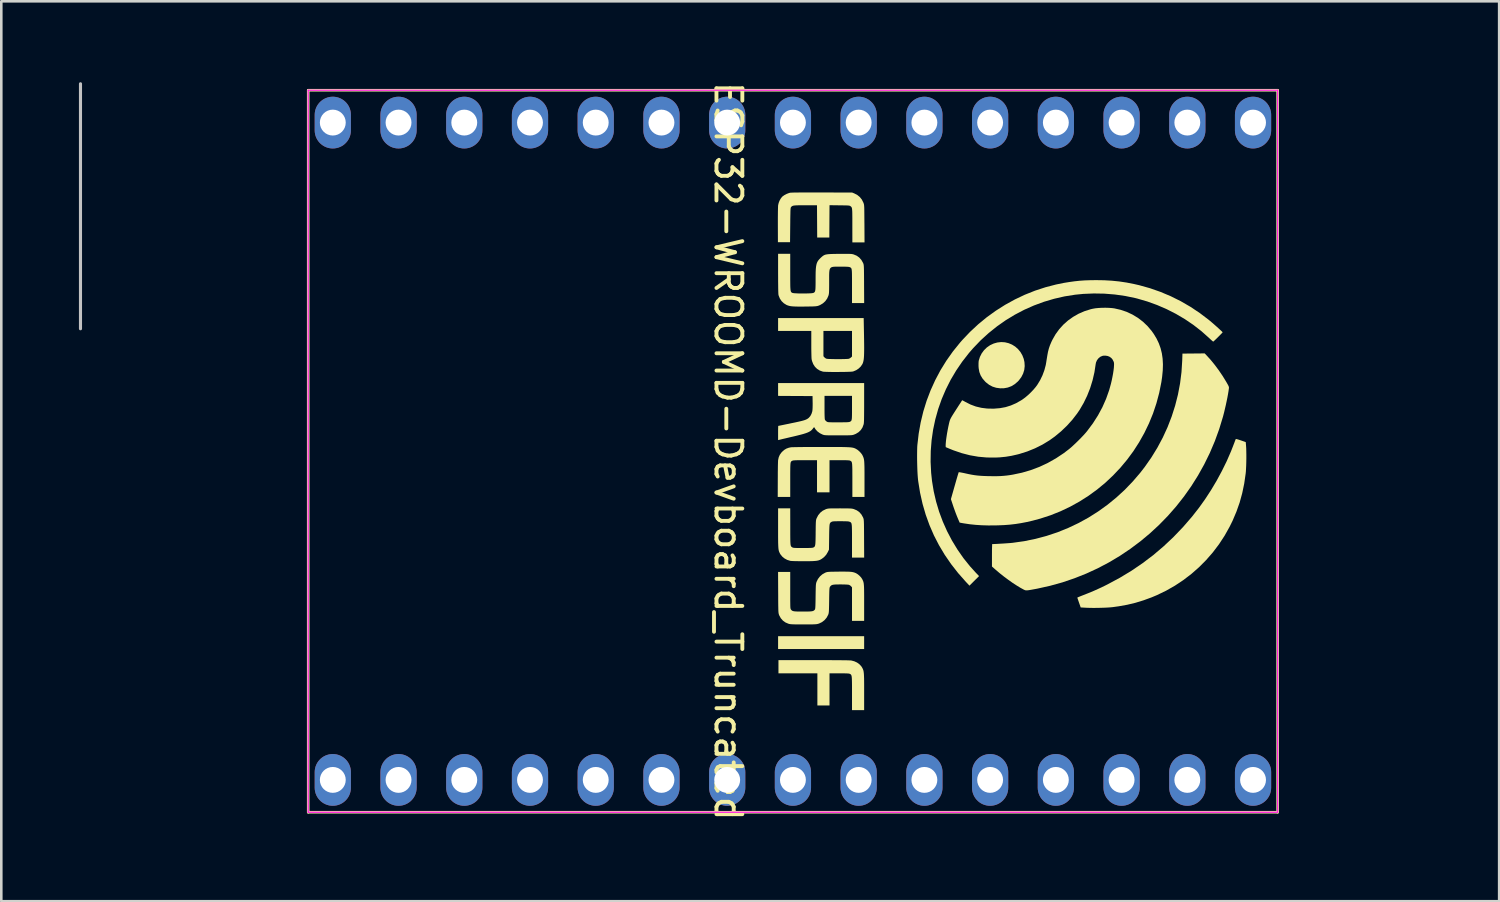
<source format=kicad_pcb>
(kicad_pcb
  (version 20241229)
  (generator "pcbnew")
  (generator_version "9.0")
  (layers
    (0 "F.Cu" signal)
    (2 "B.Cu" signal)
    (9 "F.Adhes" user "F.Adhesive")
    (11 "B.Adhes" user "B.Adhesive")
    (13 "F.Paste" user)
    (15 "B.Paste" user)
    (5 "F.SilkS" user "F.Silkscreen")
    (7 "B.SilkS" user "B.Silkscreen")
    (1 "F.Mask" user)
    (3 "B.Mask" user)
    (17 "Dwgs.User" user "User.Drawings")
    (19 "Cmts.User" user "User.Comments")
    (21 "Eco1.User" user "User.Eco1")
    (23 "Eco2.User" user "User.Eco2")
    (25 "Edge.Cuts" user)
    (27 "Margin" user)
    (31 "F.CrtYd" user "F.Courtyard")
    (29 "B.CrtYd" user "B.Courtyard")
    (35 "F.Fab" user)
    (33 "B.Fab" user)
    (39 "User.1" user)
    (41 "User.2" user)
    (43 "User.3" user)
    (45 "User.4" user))
  (footprint "ESP32-WROOMD-Devboard_Truncated"
    (layer "F.Cu")
    (at 27.59 14.387)
    (property "Reference" "ESP32-WROOMD-Devboard_Truncated" (at -2.5 0 270) (unlocked yes) (layer "F.SilkS") (effects (font (size 1 1) (thickness 0.15))))
    (attr through_hole)
    (fp_line (start -18.73 -13.95) (end 18.73 -13.95) (stroke (width 0.1) (type default)) (layer "F.SilkS"))
    (fp_line (start -18.73 13.95) (end -18.73 -13.95) (stroke (width 0.1) (type default)) (layer "F.SilkS"))
    (fp_line (start 18.73 -13.95) (end 18.73 13.95) (stroke (width 0.1) (type default)) (layer "F.SilkS"))
    (fp_line (start 18.73 13.95) (end -18.73 13.95) (stroke (width 0.1) (type default)) (layer "F.SilkS"))
    (fp_poly (pts (xy 1.089 7.643) (xy -0.573 7.643) (xy -0.573 7.395) (xy -0.573 7.147) (xy 1.089 7.147) (xy 2.752 7.147) (xy 2.752 7.395) (xy 2.752 7.643)) (stroke (width 0) (type solid)) (fill yes) (layer "F.SilkS"))
    (fp_poly (pts (xy 8.939 -3.142) (xy 8.895 -3) (xy 8.826 -2.865) (xy 8.731 -2.738) (xy 8.692 -2.696) (xy 8.571 -2.592) (xy 8.441 -2.513) (xy 8.301 -2.461) (xy 8.152 -2.434) (xy 8.01 -2.432) (xy 7.854 -2.453) (xy 7.711 -2.498) (xy 7.58 -2.568) (xy 7.459 -2.663) (xy 7.43 -2.691) (xy 7.329 -2.807) (xy 7.254 -2.93) (xy 7.204 -3.062) (xy 7.178 -3.207) (xy 7.172 -3.291) (xy 7.172 -3.359) (xy 7.173 -3.423) (xy 7.177 -3.474) (xy 7.18 -3.498) (xy 7.226 -3.646) (xy 7.295 -3.783) (xy 7.385 -3.905) (xy 7.494 -4.011) (xy 7.619 -4.098) (xy 7.759 -4.163) (xy 7.897 -4.202) (xy 8.047 -4.219) (xy 8.193 -4.21) (xy 8.334 -4.176) (xy 8.466 -4.121) (xy 8.588 -4.045) (xy 8.696 -3.95) (xy 8.789 -3.838) (xy 8.864 -3.711) (xy 8.919 -3.57) (xy 8.947 -3.443) (xy 8.956 -3.291)) (stroke (width 0) (type solid)) (fill yes) (layer "F.SilkS"))
    (fp_poly (pts (xy 2.517 10.003) (xy 2.283 10.003) (xy 2.283 9.354) (xy 2.283 9.196) (xy 2.283 9.063) (xy 2.282 8.954) (xy 2.28 8.864) (xy 2.278 8.793) (xy 2.274 8.738) (xy 2.269 8.696) (xy 2.261 8.666) (xy 2.252 8.644) (xy 2.241 8.629) (xy 2.227 8.617) (xy 2.21 8.607) (xy 2.201 8.603) (xy 2.184 8.596) (xy 2.159 8.591) (xy 2.122 8.587) (xy 2.072 8.585) (xy 2.004 8.583) (xy 1.915 8.582) (xy 1.802 8.582) (xy 1.787 8.582) (xy 1.414 8.582) (xy 1.414 9.202) (xy 1.414 9.823) (xy 1.179 9.823) (xy 0.945 9.823) (xy 0.945 9.202) (xy 0.945 8.582) (xy 0.193 8.582) (xy -0.559 8.582) (xy -0.559 8.326) (xy -0.559 8.071) (xy 0.803 8.071) (xy 1.053 8.071) (xy 1.282 8.072) (xy 1.488 8.073) (xy 1.672 8.074) (xy 1.832 8.075) (xy 1.967 8.077) (xy 2.078 8.078) (xy 2.163 8.081) (xy 2.222 8.083) (xy 2.254 8.086) (xy 2.255 8.086) (xy 2.371 8.116) (xy 2.478 8.165) (xy 2.57 8.232) (xy 2.644 8.312) (xy 2.673 8.358) (xy 2.69 8.389) (xy 2.704 8.419) (xy 2.716 8.45) (xy 2.726 8.484) (xy 2.733 8.523) (xy 2.739 8.571) (xy 2.744 8.63) (xy 2.747 8.702) (xy 2.75 8.79) (xy 2.751 8.896) (xy 2.752 9.023) (xy 2.752 9.174) (xy 2.752 9.295) (xy 2.752 10.003)) (stroke (width 0) (type solid)) (fill yes) (layer "F.SilkS"))
    (fp_poly (pts (xy 2.752 -3.873) (xy 2.75 -3.771) (xy 2.747 -3.685) (xy 2.742 -3.612) (xy 2.736 -3.551) (xy 2.727 -3.5) (xy 2.717 -3.456) (xy 2.706 -3.418) (xy 2.692 -3.384) (xy 2.682 -3.364) (xy 2.622 -3.275) (xy 2.54 -3.196) (xy 2.444 -3.132) (xy 2.337 -3.087) (xy 2.319 -3.082) (xy 2.288 -3.077) (xy 2.232 -3.073) (xy 2.157 -3.07) (xy 2.066 -3.067) (xy 1.963 -3.065) (xy 1.852 -3.064) (xy 1.737 -3.063) (xy 1.622 -3.063) (xy 1.511 -3.063) (xy 1.408 -3.065) (xy 1.317 -3.067) (xy 1.241 -3.07) (xy 1.185 -3.073) (xy 1.153 -3.078) (xy 1.038 -3.118) (xy 0.937 -3.18) (xy 0.852 -3.263) (xy 0.786 -3.365) (xy 0.739 -3.484) (xy 0.723 -3.551) (xy 0.72 -3.58) (xy 0.717 -3.633) (xy 0.715 -3.707) (xy 0.713 -3.797) (xy 0.711 -3.901) (xy 0.71 -4.015) (xy 0.71 -4.134) (xy 0.71 -4.65) (xy 0.068 -4.65) (xy -0.573 -4.65) (xy -0.573 -4.898) (xy -0.573 -5.146) (xy 1.08 -5.146) (xy 1.731 -5.146) (xy 1.731 -4.65) (xy 1.179 -4.65) (xy 1.179 -4.161) (xy 1.179 -3.672) (xy 1.215 -3.63) (xy 1.252 -3.598) (xy 1.296 -3.575) (xy 1.301 -3.574) (xy 1.33 -3.57) (xy 1.382 -3.566) (xy 1.453 -3.564) (xy 1.537 -3.562) (xy 1.63 -3.56) (xy 1.728 -3.56) (xy 1.826 -3.56) (xy 1.92 -3.561) (xy 2.004 -3.563) (xy 2.075 -3.566) (xy 2.128 -3.569) (xy 2.157 -3.573) (xy 2.158 -3.573) (xy 2.2 -3.592) (xy 2.241 -3.621) (xy 2.244 -3.624) (xy 2.283 -3.661) (xy 2.283 -4.155) (xy 2.283 -4.65) (xy 1.731 -4.65) (xy 1.731 -5.146) (xy 2.734 -5.146) (xy 2.743 -4.689) (xy 2.747 -4.478) (xy 2.75 -4.294) (xy 2.752 -4.132) (xy 2.753 -3.993)) (stroke (width 0) (type solid)) (fill yes) (layer "F.SilkS"))
    (fp_poly (pts (xy 17.521 0.273) (xy 17.519 0.413) (xy 17.515 0.549) (xy 17.509 0.675) (xy 17.503 0.784) (xy 17.495 0.862) (xy 17.439 1.249) (xy 17.362 1.62) (xy 17.263 1.98) (xy 17.139 2.332) (xy 16.992 2.679) (xy 16.874 2.919) (xy 16.681 3.263) (xy 16.465 3.593) (xy 16.228 3.906) (xy 15.97 4.202) (xy 15.694 4.48) (xy 15.399 4.739) (xy 15.087 4.978) (xy 14.76 5.195) (xy 14.418 5.39) (xy 14.063 5.561) (xy 13.858 5.647) (xy 13.546 5.761) (xy 13.235 5.856) (xy 12.919 5.932) (xy 12.59 5.991) (xy 12.361 6.023) (xy 12.269 6.032) (xy 12.156 6.04) (xy 12.026 6.046) (xy 11.888 6.05) (xy 11.745 6.053) (xy 11.605 6.054) (xy 11.474 6.052) (xy 11.357 6.049) (xy 11.327 6.047) (xy 11.12 6.036) (xy 11.055 5.85) (xy 11.032 5.783) (xy 11.012 5.725) (xy 10.998 5.682) (xy 10.99 5.659) (xy 10.99 5.656) (xy 11.002 5.649) (xy 11.035 5.634) (xy 11.086 5.613) (xy 11.15 5.587) (xy 11.199 5.568) (xy 11.422 5.48) (xy 11.631 5.393) (xy 11.837 5.3) (xy 12.049 5.199) (xy 12.168 5.139) (xy 12.633 4.889) (xy 13.082 4.618) (xy 13.514 4.324) (xy 13.93 4.008) (xy 14.328 3.67) (xy 14.709 3.311) (xy 15.073 2.931) (xy 15.42 2.53) (xy 15.689 2.187) (xy 15.927 1.854) (xy 16.157 1.501) (xy 16.375 1.135) (xy 16.578 0.759) (xy 16.764 0.38) (xy 16.929 0.001) (xy 17.053 -0.317) (xy 17.075 -0.377) (xy 17.094 -0.426) (xy 17.108 -0.46) (xy 17.114 -0.473) (xy 17.13 -0.472) (xy 17.167 -0.464) (xy 17.219 -0.449) (xy 17.284 -0.428) (xy 17.311 -0.419) (xy 17.498 -0.354) (xy 17.51 -0.208) (xy 17.516 -0.112) (xy 17.519 0.005) (xy 17.521 0.135)) (stroke (width 0) (type solid)) (fill yes) (layer "F.SilkS"))
    (fp_poly (pts (xy 2.532 -8.071) (xy 2.297 -8.071) (xy 2.296 -8.723) (xy 2.296 -8.879) (xy 2.296 -9.01) (xy 2.295 -9.118) (xy 2.294 -9.205) (xy 2.292 -9.275) (xy 2.288 -9.329) (xy 2.284 -9.37) (xy 2.277 -9.401) (xy 2.269 -9.423) (xy 2.258 -9.44) (xy 2.246 -9.453) (xy 2.23 -9.465) (xy 2.223 -9.47) (xy 2.211 -9.479) (xy 2.196 -9.485) (xy 2.176 -9.491) (xy 2.147 -9.495) (xy 2.106 -9.497) (xy 2.049 -9.5) (xy 1.974 -9.501) (xy 1.877 -9.502) (xy 1.799 -9.503) (xy 1.414 -9.508) (xy 1.41 -8.883) (xy 1.407 -8.257) (xy 1.172 -8.257) (xy 0.938 -8.257) (xy 0.934 -8.882) (xy 0.93 -9.506) (xy 0.489 -9.506) (xy 0.358 -9.506) (xy 0.251 -9.505) (xy 0.167 -9.503) (xy 0.101 -9.5) (xy 0.05 -9.495) (xy 0.012 -9.489) (xy -0.016 -9.479) (xy -0.038 -9.467) (xy -0.056 -9.452) (xy -0.069 -9.438) (xy -0.076 -9.429) (xy -0.081 -9.419) (xy -0.086 -9.404) (xy -0.089 -9.382) (xy -0.092 -9.351) (xy -0.095 -9.308) (xy -0.097 -9.25) (xy -0.098 -9.176) (xy -0.1 -9.083) (xy -0.102 -8.968) (xy -0.103 -8.83) (xy -0.104 -8.742) (xy -0.111 -8.078) (xy -0.345 -8.078) (xy -0.58 -8.078) (xy -0.582 -8.747) (xy -0.582 -8.884) (xy -0.582 -9.015) (xy -0.581 -9.137) (xy -0.58 -9.248) (xy -0.578 -9.343) (xy -0.576 -9.42) (xy -0.574 -9.475) (xy -0.572 -9.506) (xy -0.552 -9.592) (xy -0.518 -9.68) (xy -0.473 -9.761) (xy -0.422 -9.827) (xy -0.404 -9.845) (xy -0.331 -9.897) (xy -0.242 -9.944) (xy -0.152 -9.978) (xy -0.111 -9.989) (xy -0.082 -9.992) (xy -0.027 -9.994) (xy 0.055 -9.997) (xy 0.164 -9.998) (xy 0.3 -9.999) (xy 0.463 -10) (xy 0.653 -10) (xy 0.87 -10) (xy 1.115 -10) (xy 1.125 -10) (xy 2.29 -9.996) (xy 2.369 -9.964) (xy 2.487 -9.903) (xy 2.585 -9.823) (xy 2.664 -9.724) (xy 2.724 -9.604) (xy 2.728 -9.595) (xy 2.734 -9.576) (xy 2.74 -9.557) (xy 2.745 -9.536) (xy 2.749 -9.511) (xy 2.752 -9.478) (xy 2.755 -9.435) (xy 2.757 -9.381) (xy 2.758 -9.311) (xy 2.759 -9.225) (xy 2.76 -9.119) (xy 2.761 -8.991) (xy 2.762 -8.839) (xy 2.763 -8.792) (xy 2.767 -8.071)) (stroke (width 0) (type solid)) (fill yes) (layer "F.SilkS"))
    (fp_poly (pts (xy 16.847 -2.43) (xy 16.845 -2.414) (xy 16.832 -2.322) (xy 16.813 -2.207) (xy 16.789 -2.077) (xy 16.76 -1.936) (xy 16.729 -1.79) (xy 16.695 -1.644) (xy 16.662 -1.503) (xy 16.628 -1.373) (xy 16.618 -1.334) (xy 16.472 -0.855) (xy 16.302 -0.387) (xy 16.109 0.067) (xy 15.892 0.509) (xy 15.653 0.937) (xy 15.393 1.35) (xy 15.112 1.748) (xy 14.811 2.13) (xy 14.491 2.495) (xy 14.153 2.842) (xy 13.797 3.172) (xy 13.425 3.482) (xy 13.036 3.773) (xy 12.633 4.044) (xy 12.215 4.293) (xy 11.783 4.521) (xy 11.338 4.726) (xy 10.881 4.908) (xy 10.413 5.067) (xy 9.934 5.2) (xy 9.445 5.309) (xy 9.397 5.318) (xy 9.283 5.339) (xy 9.194 5.355) (xy 9.124 5.367) (xy 9.07 5.374) (xy 9.03 5.376) (xy 8.998 5.375) (xy 8.972 5.369) (xy 8.948 5.36) (xy 8.923 5.348) (xy 8.922 5.348) (xy 8.787 5.274) (xy 8.638 5.183) (xy 8.479 5.079) (xy 8.316 4.963) (xy 8.152 4.841) (xy 7.992 4.714) (xy 7.842 4.587) (xy 7.833 4.579) (xy 7.691 4.454) (xy 7.691 4.021) (xy 7.692 3.914) (xy 7.692 3.818) (xy 7.694 3.734) (xy 7.696 3.666) (xy 7.698 3.617) (xy 7.7 3.591) (xy 7.702 3.587) (xy 7.755 3.586) (xy 7.83 3.583) (xy 7.921 3.578) (xy 8.022 3.572) (xy 8.127 3.566) (xy 8.231 3.559) (xy 8.327 3.552) (xy 8.411 3.546) (xy 8.475 3.54) (xy 8.491 3.538) (xy 8.938 3.475) (xy 9.376 3.385) (xy 9.806 3.27) (xy 10.227 3.13) (xy 10.637 2.964) (xy 11.036 2.775) (xy 11.422 2.563) (xy 11.795 2.327) (xy 12.154 2.069) (xy 12.497 1.789) (xy 12.825 1.488) (xy 13.135 1.165) (xy 13.428 0.823) (xy 13.595 0.607) (xy 13.851 0.241) (xy 14.084 -0.139) (xy 14.293 -0.53) (xy 14.477 -0.932) (xy 14.636 -1.343) (xy 14.77 -1.763) (xy 14.878 -2.189) (xy 14.96 -2.622) (xy 15.015 -3.059) (xy 15.043 -3.498) (xy 15.052 -3.773) (xy 15.481 -3.777) (xy 15.911 -3.781) (xy 15.994 -3.694) (xy 16.149 -3.523) (xy 16.306 -3.33) (xy 16.459 -3.124) (xy 16.605 -2.909) (xy 16.738 -2.692) (xy 16.755 -2.663) (xy 16.794 -2.595) (xy 16.821 -2.546) (xy 16.837 -2.51) (xy 16.846 -2.483) (xy 16.849 -2.458)) (stroke (width 0) (type solid)) (fill yes) (layer "F.SilkS"))
    (fp_poly (pts (xy 2.531 1.766) (xy 2.297 1.766) (xy 2.297 1.117) (xy 2.297 0.959) (xy 2.296 0.826) (xy 2.296 0.717) (xy 2.294 0.628) (xy 2.291 0.557) (xy 2.288 0.501) (xy 2.282 0.46) (xy 2.275 0.429) (xy 2.266 0.407) (xy 2.254 0.392) (xy 2.24 0.38) (xy 2.223 0.371) (xy 2.214 0.366) (xy 2.198 0.359) (xy 2.173 0.354) (xy 2.137 0.351) (xy 2.087 0.348) (xy 2.019 0.346) (xy 1.931 0.345) (xy 1.819 0.345) (xy 1.794 0.345) (xy 1.414 0.345) (xy 1.414 0.966) (xy 1.414 1.587) (xy 1.172 1.587) (xy 0.931 1.587) (xy 0.931 0.966) (xy 0.931 0.345) (xy 0.475 0.345) (xy 0.346 0.345) (xy 0.242 0.346) (xy 0.16 0.347) (xy 0.097 0.349) (xy 0.05 0.352) (xy 0.017 0.355) (xy -0.006 0.36) (xy -0.021 0.366) (xy -0.04 0.375) (xy -0.055 0.384) (xy -0.068 0.396) (xy -0.078 0.412) (xy -0.087 0.435) (xy -0.093 0.467) (xy -0.097 0.51) (xy -0.1 0.568) (xy -0.102 0.642) (xy -0.103 0.735) (xy -0.104 0.849) (xy -0.104 0.986) (xy -0.104 1.107) (xy -0.104 1.766) (xy -0.345 1.766) (xy -0.587 1.766) (xy -0.585 1.093) (xy -0.584 0.957) (xy -0.584 0.827) (xy -0.582 0.705) (xy -0.581 0.597) (xy -0.579 0.503) (xy -0.577 0.428) (xy -0.575 0.374) (xy -0.573 0.345) (xy -0.573 0.345) (xy -0.549 0.234) (xy -0.508 0.139) (xy -0.446 0.052) (xy -0.409 0.013) (xy -0.331 -0.055) (xy -0.25 -0.103) (xy -0.158 -0.136) (xy -0.076 -0.153) (xy -0.051 -0.155) (xy 0.000201 -0.157) (xy 0.074 -0.158) (xy 0.169 -0.16) (xy 0.282 -0.162) (xy 0.412 -0.163) (xy 0.555 -0.164) (xy 0.71 -0.165) (xy 0.875 -0.165) (xy 1.046 -0.165) (xy 1.089 -0.165) (xy 1.299 -0.165) (xy 1.483 -0.165) (xy 1.643 -0.165) (xy 1.781 -0.164) (xy 1.9 -0.163) (xy 2 -0.161) (xy 2.084 -0.158) (xy 2.155 -0.155) (xy 2.213 -0.151) (xy 2.26 -0.146) (xy 2.3 -0.14) (xy 2.333 -0.133) (xy 2.361 -0.125) (xy 2.387 -0.115) (xy 2.412 -0.104) (xy 2.431 -0.095) (xy 2.496 -0.055) (xy 2.563 0.001) (xy 2.625 0.066) (xy 2.673 0.13) (xy 2.686 0.154) (xy 2.703 0.19) (xy 2.718 0.224) (xy 2.73 0.257) (xy 2.74 0.293) (xy 2.748 0.335) (xy 2.754 0.384) (xy 2.758 0.444) (xy 2.761 0.518) (xy 2.764 0.607) (xy 2.765 0.714) (xy 2.766 0.842) (xy 2.766 0.995) (xy 2.766 1.082) (xy 2.766 1.766)) (stroke (width 0) (type solid)) (fill yes) (layer "F.SilkS"))
    (fp_poly (pts (xy 16.595 -4.583) (xy 16.569 -4.555) (xy 16.531 -4.516) (xy 16.485 -4.469) (xy 16.434 -4.418) (xy 16.382 -4.366) (xy 16.333 -4.319) (xy 16.291 -4.279) (xy 16.259 -4.25) (xy 16.242 -4.236) (xy 16.24 -4.236) (xy 16.227 -4.245) (xy 16.197 -4.27) (xy 16.155 -4.307) (xy 16.105 -4.354) (xy 16.075 -4.382) (xy 15.784 -4.641) (xy 15.473 -4.883) (xy 15.144 -5.106) (xy 14.799 -5.309) (xy 14.441 -5.491) (xy 14.071 -5.651) (xy 13.692 -5.788) (xy 13.307 -5.9) (xy 13.231 -5.919) (xy 12.84 -6) (xy 12.44 -6.057) (xy 12.034 -6.09) (xy 11.627 -6.097) (xy 11.221 -6.08) (xy 10.906 -6.049) (xy 10.496 -5.984) (xy 10.094 -5.892) (xy 9.699 -5.775) (xy 9.314 -5.633) (xy 8.939 -5.467) (xy 8.575 -5.276) (xy 8.224 -5.063) (xy 7.887 -4.826) (xy 7.565 -4.568) (xy 7.258 -4.289) (xy 6.969 -3.988) (xy 6.804 -3.798) (xy 6.544 -3.465) (xy 6.309 -3.12) (xy 6.097 -2.763) (xy 5.911 -2.394) (xy 5.749 -2.016) (xy 5.613 -1.629) (xy 5.502 -1.233) (xy 5.417 -0.831) (xy 5.358 -0.422) (xy 5.326 -0.009) (xy 5.32 0.409) (xy 5.341 0.83) (xy 5.374 1.145) (xy 5.44 1.547) (xy 5.532 1.944) (xy 5.649 2.335) (xy 5.791 2.717) (xy 5.957 3.09) (xy 6.146 3.45) (xy 6.357 3.797) (xy 6.589 4.13) (xy 6.842 4.445) (xy 7.064 4.69) (xy 7.193 4.824) (xy 7.007 5.009) (xy 6.822 5.194) (xy 6.681 5.044) (xy 6.384 4.708) (xy 6.113 4.361) (xy 5.866 4.002) (xy 5.645 3.632) (xy 5.448 3.25) (xy 5.277 2.856) (xy 5.131 2.451) (xy 5.01 2.035) (xy 4.914 1.607) (xy 4.843 1.168) (xy 4.834 1.097) (xy 4.826 1.009) (xy 4.818 0.9) (xy 4.811 0.773) (xy 4.806 0.633) (xy 4.802 0.487) (xy 4.799 0.339) (xy 4.798 0.194) (xy 4.799 0.057) (xy 4.801 -0.067) (xy 4.804 -0.172) (xy 4.809 -0.241) (xy 4.86 -0.682) (xy 4.937 -1.115) (xy 5.039 -1.538) (xy 5.167 -1.952) (xy 5.321 -2.356) (xy 5.499 -2.748) (xy 5.701 -3.129) (xy 5.928 -3.497) (xy 6.179 -3.852) (xy 6.454 -4.193) (xy 6.545 -4.297) (xy 6.843 -4.611) (xy 7.159 -4.905) (xy 7.491 -5.178) (xy 7.839 -5.429) (xy 8.2 -5.658) (xy 8.574 -5.864) (xy 8.959 -6.047) (xy 9.355 -6.205) (xy 9.759 -6.337) (xy 10.171 -6.444) (xy 10.464 -6.504) (xy 10.68 -6.539) (xy 10.881 -6.567) (xy 11.077 -6.588) (xy 11.275 -6.602) (xy 11.484 -6.609) (xy 11.712 -6.612) (xy 11.72 -6.612) (xy 12.032 -6.607) (xy 12.326 -6.59) (xy 12.61 -6.561) (xy 12.891 -6.519) (xy 13.177 -6.463) (xy 13.386 -6.415) (xy 13.8 -6.299) (xy 14.205 -6.157) (xy 14.601 -5.99) (xy 14.987 -5.798) (xy 15.361 -5.581) (xy 15.721 -5.341) (xy 16.06 -5.084) (xy 16.116 -5.038) (xy 16.18 -4.984) (xy 16.249 -4.925) (xy 16.319 -4.863) (xy 16.388 -4.802) (xy 16.453 -4.743) (xy 16.509 -4.691) (xy 16.556 -4.648) (xy 16.588 -4.616) (xy 16.603 -4.598) (xy 16.604 -4.596)) (stroke (width 0) (type solid)) (fill yes) (layer "F.SilkS"))
    (fp_poly (pts (xy 2.752 -1.873) (xy 2.752 -1.7) (xy 2.751 -1.553) (xy 2.75 -1.429) (xy 2.749 -1.326) (xy 2.748 -1.242) (xy 2.746 -1.175) (xy 2.743 -1.123) (xy 2.74 -1.084) (xy 2.736 -1.055) (xy 2.732 -1.038) (xy 2.688 -0.919) (xy 2.623 -0.819) (xy 2.538 -0.737) (xy 2.431 -0.672) (xy 2.352 -0.64) (xy 2.33 -0.633) (xy 2.307 -0.628) (xy 2.278 -0.623) (xy 2.242 -0.62) (xy 2.195 -0.618) (xy 2.134 -0.616) (xy 2.056 -0.615) (xy 1.959 -0.614) (xy 1.838 -0.614) (xy 1.752 -0.614) (xy 1.617 -0.614) (xy 1.507 -0.615) (xy 1.419 -0.615) (xy 1.349 -0.616) (xy 1.295 -0.618) (xy 1.253 -0.621) (xy 1.221 -0.624) (xy 1.196 -0.629) (xy 1.175 -0.635) (xy 1.154 -0.642) (xy 1.148 -0.644) (xy 1.043 -0.696) (xy 0.95 -0.764) (xy 0.875 -0.845) (xy 0.835 -0.908) (xy 0.825 -0.926) (xy 0.815 -0.928) (xy 0.8 -0.913) (xy 0.779 -0.885) (xy 0.747 -0.845) (xy 0.712 -0.809) (xy 0.67 -0.777) (xy 0.62 -0.748) (xy 0.558 -0.72) (xy 0.483 -0.693) (xy 0.39 -0.664) (xy 0.277 -0.634) (xy 0.142 -0.6) (xy 0.026 -0.572) (xy -0.085 -0.547) (xy -0.19 -0.522) (xy -0.286 -0.499) (xy -0.369 -0.48) (xy -0.435 -0.464) (xy -0.48 -0.453) (xy -0.494 -0.45) (xy -0.573 -0.431) (xy -0.573 -0.705) (xy -0.573 -0.789) (xy -0.572 -0.862) (xy -0.57 -0.921) (xy -0.569 -0.961) (xy -0.567 -0.979) (xy -0.566 -0.98) (xy -0.551 -0.982) (xy -0.513 -0.99) (xy -0.453 -1.002) (xy -0.376 -1.018) (xy -0.284 -1.037) (xy -0.179 -1.058) (xy -0.067 -1.082) (xy -0.063 -1.083) (xy 0.079 -1.112) (xy 0.198 -1.138) (xy 0.294 -1.16) (xy 0.373 -1.18) (xy 0.436 -1.198) (xy 0.486 -1.216) (xy 0.527 -1.234) (xy 0.561 -1.253) (xy 0.591 -1.274) (xy 0.617 -1.296) (xy 0.673 -1.361) (xy 0.718 -1.446) (xy 0.748 -1.541) (xy 0.751 -1.559) (xy 0.756 -1.605) (xy 0.76 -1.671) (xy 0.762 -1.752) (xy 0.763 -1.84) (xy 0.762 -1.89) (xy 0.758 -2.132) (xy 0.093 -2.135) (xy -0.573 -2.139) (xy -0.573 -2.387) (xy -0.573 -2.635) (xy 1.089 -2.635) (xy 1.752 -2.635) (xy 1.752 -2.139) (xy 1.221 -2.139) (xy 1.221 -1.694) (xy 1.221 -1.559) (xy 1.222 -1.449) (xy 1.224 -1.363) (xy 1.227 -1.299) (xy 1.23 -1.253) (xy 1.235 -1.225) (xy 1.238 -1.215) (xy 1.261 -1.184) (xy 1.295 -1.154) (xy 1.302 -1.149) (xy 1.316 -1.14) (xy 1.331 -1.133) (xy 1.349 -1.127) (xy 1.375 -1.123) (xy 1.411 -1.121) (xy 1.461 -1.119) (xy 1.527 -1.118) (xy 1.614 -1.118) (xy 1.724 -1.118) (xy 1.754 -1.118) (xy 1.876 -1.118) (xy 1.973 -1.119) (xy 2.048 -1.12) (xy 2.105 -1.122) (xy 2.146 -1.126) (xy 2.175 -1.13) (xy 2.194 -1.135) (xy 2.2 -1.138) (xy 2.222 -1.15) (xy 2.239 -1.161) (xy 2.253 -1.176) (xy 2.264 -1.197) (xy 2.271 -1.227) (xy 2.277 -1.269) (xy 2.28 -1.325) (xy 2.282 -1.399) (xy 2.283 -1.493) (xy 2.283 -1.611) (xy 2.283 -1.679) (xy 2.283 -2.139) (xy 1.752 -2.139) (xy 1.752 -2.635) (xy 2.752 -2.635)) (stroke (width 0) (type solid)) (fill yes) (layer "F.SilkS"))
    (fp_poly (pts (xy 2.518 -5.726) (xy 2.283 -5.726) (xy 2.283 -6.378) (xy 2.283 -6.534) (xy 2.283 -6.664) (xy 2.282 -6.772) (xy 2.281 -6.859) (xy 2.279 -6.928) (xy 2.275 -6.982) (xy 2.27 -7.022) (xy 2.263 -7.051) (xy 2.255 -7.071) (xy 2.243 -7.086) (xy 2.23 -7.096) (xy 2.213 -7.106) (xy 2.2 -7.112) (xy 2.181 -7.119) (xy 2.154 -7.124) (xy 2.114 -7.128) (xy 2.058 -7.131) (xy 1.982 -7.132) (xy 1.884 -7.133) (xy 1.837 -7.133) (xy 1.731 -7.133) (xy 1.644 -7.133) (xy 1.573 -7.129) (xy 1.518 -7.12) (xy 1.475 -7.102) (xy 1.445 -7.074) (xy 1.423 -7.033) (xy 1.41 -6.976) (xy 1.403 -6.902) (xy 1.4 -6.807) (xy 1.4 -6.69) (xy 1.4 -6.548) (xy 1.4 -6.542) (xy 1.4 -6.418) (xy 1.399 -6.318) (xy 1.398 -6.238) (xy 1.396 -6.177) (xy 1.394 -6.129) (xy 1.39 -6.091) (xy 1.385 -6.06) (xy 1.378 -6.033) (xy 1.373 -6.013) (xy 1.323 -5.9) (xy 1.251 -5.799) (xy 1.159 -5.715) (xy 1.05 -5.65) (xy 0.997 -5.628) (xy 0.971 -5.619) (xy 0.945 -5.612) (xy 0.916 -5.607) (xy 0.881 -5.602) (xy 0.835 -5.599) (xy 0.775 -5.596) (xy 0.699 -5.594) (xy 0.601 -5.593) (xy 0.485 -5.591) (xy 0.334 -5.59) (xy 0.209 -5.59) (xy 0.104 -5.592) (xy 0.017 -5.596) (xy -0.055 -5.602) (xy -0.115 -5.611) (xy -0.166 -5.624) (xy -0.212 -5.639) (xy -0.252 -5.656) (xy -0.351 -5.718) (xy -0.437 -5.8) (xy -0.504 -5.899) (xy -0.55 -6.012) (xy -0.558 -6.045) (xy -0.562 -6.072) (xy -0.564 -6.125) (xy -0.567 -6.203) (xy -0.569 -6.303) (xy -0.57 -6.423) (xy -0.572 -6.562) (xy -0.572 -6.718) (xy -0.573 -6.867) (xy -0.573 -7.63) (xy -0.339 -7.63) (xy -0.104 -7.63) (xy -0.104 -6.925) (xy -0.104 -6.761) (xy -0.104 -6.622) (xy -0.103 -6.506) (xy -0.102 -6.411) (xy -0.1 -6.335) (xy -0.096 -6.274) (xy -0.092 -6.228) (xy -0.085 -6.194) (xy -0.077 -6.169) (xy -0.067 -6.151) (xy -0.055 -6.139) (xy -0.04 -6.129) (xy -0.022 -6.12) (xy -0.022 -6.119) (xy 0.007 -6.112) (xy 0.058 -6.106) (xy 0.127 -6.102) (xy 0.21 -6.098) (xy 0.301 -6.097) (xy 0.397 -6.096) (xy 0.492 -6.097) (xy 0.582 -6.099) (xy 0.662 -6.102) (xy 0.728 -6.107) (xy 0.774 -6.114) (xy 0.793 -6.119) (xy 0.815 -6.131) (xy 0.833 -6.145) (xy 0.847 -6.164) (xy 0.857 -6.19) (xy 0.865 -6.226) (xy 0.87 -6.275) (xy 0.873 -6.341) (xy 0.875 -6.426) (xy 0.876 -6.533) (xy 0.876 -6.646) (xy 0.877 -6.8) (xy 0.879 -6.929) (xy 0.884 -7.037) (xy 0.893 -7.127) (xy 0.906 -7.202) (xy 0.923 -7.265) (xy 0.946 -7.319) (xy 0.976 -7.367) (xy 1.012 -7.412) (xy 1.057 -7.458) (xy 1.077 -7.478) (xy 1.116 -7.513) (xy 1.152 -7.543) (xy 1.186 -7.566) (xy 1.223 -7.585) (xy 1.266 -7.599) (xy 1.318 -7.609) (xy 1.381 -7.616) (xy 1.461 -7.621) (xy 1.559 -7.624) (xy 1.678 -7.626) (xy 1.792 -7.627) (xy 1.919 -7.628) (xy 2.022 -7.628) (xy 2.104 -7.628) (xy 2.169 -7.627) (xy 2.219 -7.625) (xy 2.258 -7.623) (xy 2.29 -7.618) (xy 2.317 -7.613) (xy 2.343 -7.606) (xy 2.351 -7.603) (xy 2.466 -7.555) (xy 2.564 -7.484) (xy 2.645 -7.393) (xy 2.709 -7.28) (xy 2.714 -7.269) (xy 2.721 -7.252) (xy 2.726 -7.236) (xy 2.731 -7.217) (xy 2.735 -7.194) (xy 2.738 -7.163) (xy 2.741 -7.124) (xy 2.743 -7.072) (xy 2.745 -7.006) (xy 2.746 -6.923) (xy 2.747 -6.822) (xy 2.748 -6.699) (xy 2.749 -6.552) (xy 2.749 -6.46) (xy 2.753 -5.726)) (stroke (width 0) (type solid)) (fill yes) (layer "F.SilkS"))
    (fp_poly (pts (xy 2.518 4.111) (xy 2.283 4.111) (xy 2.283 3.469) (xy 2.283 3.312) (xy 2.283 3.181) (xy 2.282 3.072) (xy 2.28 2.984) (xy 2.278 2.914) (xy 2.274 2.859) (xy 2.268 2.818) (xy 2.261 2.788) (xy 2.251 2.767) (xy 2.239 2.752) (xy 2.224 2.741) (xy 2.206 2.732) (xy 2.195 2.727) (xy 2.175 2.719) (xy 2.148 2.713) (xy 2.111 2.709) (xy 2.06 2.707) (xy 1.991 2.705) (xy 1.9 2.704) (xy 1.839 2.704) (xy 1.738 2.704) (xy 1.661 2.705) (xy 1.603 2.707) (xy 1.561 2.71) (xy 1.531 2.714) (xy 1.51 2.72) (xy 1.493 2.728) (xy 1.487 2.731) (xy 1.467 2.744) (xy 1.45 2.757) (xy 1.437 2.773) (xy 1.427 2.795) (xy 1.419 2.825) (xy 1.413 2.868) (xy 1.409 2.924) (xy 1.406 2.997) (xy 1.403 3.09) (xy 1.401 3.206) (xy 1.4 3.311) (xy 1.393 3.801) (xy 1.35 3.892) (xy 1.285 4.001) (xy 1.202 4.092) (xy 1.12 4.154) (xy 1.081 4.178) (xy 1.042 4.198) (xy 1.001 4.214) (xy 0.953 4.226) (xy 0.897 4.235) (xy 0.829 4.241) (xy 0.745 4.246) (xy 0.642 4.248) (xy 0.517 4.249) (xy 0.408 4.249) (xy 0.276 4.249) (xy 0.159 4.247) (xy 0.059 4.245) (xy -0.021 4.242) (xy -0.078 4.238) (xy -0.107 4.234) (xy -0.221 4.198) (xy -0.325 4.142) (xy -0.414 4.069) (xy -0.483 3.983) (xy -0.503 3.948) (xy -0.517 3.919) (xy -0.53 3.891) (xy -0.54 3.862) (xy -0.549 3.829) (xy -0.556 3.791) (xy -0.561 3.744) (xy -0.565 3.686) (xy -0.568 3.615) (xy -0.571 3.529) (xy -0.572 3.425) (xy -0.573 3.301) (xy -0.573 3.153) (xy -0.573 2.981) (xy -0.573 2.97) (xy -0.573 2.207) (xy -0.339 2.207) (xy -0.104 2.207) (xy -0.103 2.915) (xy -0.103 3.077) (xy -0.103 3.214) (xy -0.102 3.328) (xy -0.101 3.422) (xy -0.099 3.497) (xy -0.096 3.556) (xy -0.092 3.601) (xy -0.086 3.635) (xy -0.079 3.659) (xy -0.07 3.677) (xy -0.058 3.69) (xy -0.044 3.701) (xy -0.028 3.712) (xy -0.027 3.712) (xy -0.013 3.72) (xy 0.003 3.726) (xy 0.026 3.731) (xy 0.059 3.734) (xy 0.105 3.737) (xy 0.167 3.738) (xy 0.249 3.739) (xy 0.355 3.739) (xy 0.383 3.739) (xy 0.498 3.739) (xy 0.59 3.738) (xy 0.66 3.736) (xy 0.712 3.734) (xy 0.749 3.73) (xy 0.775 3.725) (xy 0.792 3.719) (xy 0.793 3.718) (xy 0.813 3.707) (xy 0.83 3.694) (xy 0.843 3.677) (xy 0.853 3.654) (xy 0.861 3.621) (xy 0.867 3.575) (xy 0.871 3.514) (xy 0.874 3.435) (xy 0.876 3.335) (xy 0.878 3.212) (xy 0.878 3.145) (xy 0.88 3.017) (xy 0.881 2.914) (xy 0.883 2.832) (xy 0.885 2.768) (xy 0.888 2.719) (xy 0.891 2.681) (xy 0.896 2.652) (xy 0.901 2.629) (xy 0.909 2.607) (xy 0.914 2.594) (xy 0.975 2.475) (xy 1.055 2.376) (xy 1.152 2.298) (xy 1.266 2.242) (xy 1.27 2.24) (xy 1.295 2.231) (xy 1.319 2.224) (xy 1.345 2.219) (xy 1.377 2.214) (xy 1.416 2.211) (xy 1.468 2.209) (xy 1.536 2.208) (xy 1.622 2.208) (xy 1.73 2.208) (xy 1.813 2.207) (xy 1.939 2.208) (xy 2.04 2.208) (xy 2.121 2.209) (xy 2.185 2.211) (xy 2.234 2.213) (xy 2.272 2.217) (xy 2.303 2.222) (xy 2.33 2.228) (xy 2.354 2.235) (xy 2.47 2.284) (xy 2.568 2.354) (xy 2.648 2.446) (xy 2.71 2.558) (xy 2.713 2.566) (xy 2.72 2.583) (xy 2.726 2.6) (xy 2.731 2.619) (xy 2.735 2.642) (xy 2.738 2.673) (xy 2.741 2.712) (xy 2.743 2.764) (xy 2.745 2.829) (xy 2.746 2.911) (xy 2.747 3.012) (xy 2.748 3.135) (xy 2.749 3.281) (xy 2.749 3.377) (xy 2.753 4.111)) (stroke (width 0) (type solid)) (fill yes) (layer "F.SilkS"))
    (fp_poly (pts (xy 2.517 6.554) (xy 2.283 6.554) (xy 2.283 5.906) (xy 2.283 5.259) (xy 2.247 5.217) (xy 2.21 5.185) (xy 2.166 5.162) (xy 2.161 5.161) (xy 2.132 5.156) (xy 2.08 5.152) (xy 2.011 5.149) (xy 1.93 5.147) (xy 1.842 5.146) (xy 1.834 5.146) (xy 1.728 5.147) (xy 1.645 5.149) (xy 1.582 5.154) (xy 1.535 5.162) (xy 1.499 5.175) (xy 1.472 5.192) (xy 1.449 5.216) (xy 1.435 5.233) (xy 1.428 5.245) (xy 1.422 5.258) (xy 1.417 5.277) (xy 1.413 5.303) (xy 1.41 5.341) (xy 1.407 5.391) (xy 1.405 5.459) (xy 1.403 5.546) (xy 1.401 5.656) (xy 1.4 5.758) (xy 1.398 5.887) (xy 1.396 5.991) (xy 1.394 6.075) (xy 1.392 6.14) (xy 1.389 6.19) (xy 1.385 6.228) (xy 1.381 6.258) (xy 1.375 6.282) (xy 1.368 6.304) (xy 1.361 6.322) (xy 1.302 6.432) (xy 1.222 6.526) (xy 1.124 6.602) (xy 1.012 6.656) (xy 0.988 6.664) (xy 0.963 6.671) (xy 0.937 6.677) (xy 0.906 6.682) (xy 0.869 6.685) (xy 0.821 6.688) (xy 0.759 6.69) (xy 0.68 6.691) (xy 0.582 6.691) (xy 0.46 6.691) (xy 0.406 6.691) (xy 0.275 6.691) (xy 0.168 6.691) (xy 0.082 6.69) (xy 0.014 6.689) (xy -0.039 6.686) (xy -0.08 6.683) (xy -0.113 6.679) (xy -0.141 6.674) (xy -0.166 6.667) (xy -0.176 6.664) (xy -0.29 6.615) (xy -0.388 6.544) (xy -0.468 6.453) (xy -0.528 6.344) (xy -0.536 6.323) (xy -0.542 6.305) (xy -0.548 6.288) (xy -0.552 6.268) (xy -0.556 6.243) (xy -0.559 6.211) (xy -0.562 6.17) (xy -0.564 6.117) (xy -0.565 6.05) (xy -0.567 5.966) (xy -0.568 5.864) (xy -0.569 5.741) (xy -0.569 5.595) (xy -0.57 5.453) (xy -0.574 4.663) (xy -0.339 4.663) (xy -0.104 4.663) (xy -0.104 5.372) (xy -0.104 5.53) (xy -0.104 5.663) (xy -0.104 5.772) (xy -0.103 5.861) (xy -0.102 5.932) (xy -0.101 5.987) (xy -0.099 6.029) (xy -0.096 6.059) (xy -0.092 6.081) (xy -0.088 6.096) (xy -0.083 6.106) (xy -0.077 6.115) (xy -0.074 6.119) (xy -0.055 6.141) (xy -0.034 6.158) (xy -0.007 6.172) (xy 0.028 6.181) (xy 0.075 6.188) (xy 0.137 6.192) (xy 0.219 6.194) (xy 0.323 6.195) (xy 0.386 6.195) (xy 0.502 6.194) (xy 0.594 6.193) (xy 0.665 6.19) (xy 0.719 6.185) (xy 0.76 6.178) (xy 0.79 6.167) (xy 0.814 6.153) (xy 0.834 6.134) (xy 0.841 6.126) (xy 0.848 6.117) (xy 0.854 6.105) (xy 0.859 6.087) (xy 0.863 6.061) (xy 0.866 6.023) (xy 0.869 5.972) (xy 0.871 5.903) (xy 0.873 5.815) (xy 0.875 5.704) (xy 0.876 5.61) (xy 0.878 5.481) (xy 0.88 5.376) (xy 0.882 5.292) (xy 0.884 5.226) (xy 0.887 5.175) (xy 0.891 5.136) (xy 0.896 5.105) (xy 0.902 5.08) (xy 0.909 5.057) (xy 0.913 5.046) (xy 0.968 4.935) (xy 1.045 4.836) (xy 1.138 4.755) (xy 1.244 4.695) (xy 1.257 4.689) (xy 1.281 4.68) (xy 1.304 4.673) (xy 1.329 4.667) (xy 1.361 4.663) (xy 1.403 4.66) (xy 1.457 4.657) (xy 1.528 4.656) (xy 1.618 4.654) (xy 1.732 4.653) (xy 1.773 4.652) (xy 1.914 4.651) (xy 2.03 4.652) (xy 2.126 4.653) (xy 2.204 4.657) (xy 2.267 4.663) (xy 2.32 4.672) (xy 2.365 4.684) (xy 2.406 4.699) (xy 2.446 4.717) (xy 2.451 4.72) (xy 2.513 4.76) (xy 2.576 4.814) (xy 2.633 4.875) (xy 2.673 4.934) (xy 2.676 4.939) (xy 2.692 4.972) (xy 2.706 5.002) (xy 2.718 5.032) (xy 2.727 5.065) (xy 2.735 5.103) (xy 2.74 5.148) (xy 2.745 5.204) (xy 2.748 5.272) (xy 2.75 5.356) (xy 2.751 5.458) (xy 2.752 5.58) (xy 2.752 5.726) (xy 2.752 5.852) (xy 2.752 6.554)) (stroke (width 0) (type solid)) (fill yes) (layer "F.SilkS"))
    (fp_poly (pts (xy 14.291 -3.122) (xy 14.266 -2.868) (xy 14.237 -2.67) (xy 14.154 -2.256) (xy 14.046 -1.852) (xy 13.914 -1.457) (xy 13.757 -1.074) (xy 13.578 -0.704) (xy 13.377 -0.346) (xy 13.155 -0.001) (xy 12.912 0.328) (xy 12.65 0.641) (xy 12.369 0.938) (xy 12.071 1.218) (xy 11.755 1.479) (xy 11.424 1.72) (xy 11.077 1.941) (xy 10.716 2.141) (xy 10.342 2.319) (xy 9.954 2.474) (xy 9.555 2.604) (xy 9.261 2.683) (xy 9.031 2.736) (xy 8.813 2.778) (xy 8.602 2.811) (xy 8.389 2.836) (xy 8.167 2.853) (xy 7.929 2.863) (xy 7.809 2.866) (xy 7.543 2.867) (xy 7.298 2.86) (xy 7.067 2.845) (xy 6.842 2.822) (xy 6.619 2.789) (xy 6.525 2.773) (xy 6.442 2.757) (xy 6.362 2.569) (xy 6.331 2.493) (xy 6.294 2.398) (xy 6.256 2.295) (xy 6.219 2.192) (xy 6.193 2.116) (xy 6.105 1.85) (xy 6.251 1.336) (xy 6.284 1.221) (xy 6.314 1.115) (xy 6.342 1.02) (xy 6.366 0.939) (xy 6.385 0.876) (xy 6.399 0.832) (xy 6.406 0.812) (xy 6.407 0.811) (xy 6.423 0.81) (xy 6.461 0.815) (xy 6.517 0.825) (xy 6.585 0.838) (xy 6.635 0.849) (xy 6.779 0.881) (xy 6.906 0.906) (xy 7.023 0.925) (xy 7.137 0.939) (xy 7.255 0.949) (xy 7.384 0.956) (xy 7.531 0.961) (xy 7.585 0.962) (xy 7.751 0.964) (xy 7.895 0.963) (xy 8.026 0.959) (xy 8.148 0.95) (xy 8.268 0.938) (xy 8.393 0.921) (xy 8.5 0.903) (xy 8.85 0.829) (xy 9.192 0.729) (xy 9.526 0.603) (xy 9.85 0.451) (xy 10.164 0.274) (xy 10.468 0.072) (xy 10.664 -0.078) (xy 10.744 -0.144) (xy 10.835 -0.227) (xy 10.934 -0.32) (xy 11.036 -0.42) (xy 11.136 -0.521) (xy 11.228 -0.618) (xy 11.309 -0.708) (xy 11.369 -0.78) (xy 11.592 -1.079) (xy 11.788 -1.386) (xy 11.958 -1.701) (xy 12.101 -2.025) (xy 12.219 -2.357) (xy 12.285 -2.594) (xy 12.317 -2.726) (xy 12.345 -2.863) (xy 12.37 -2.996) (xy 12.389 -3.12) (xy 12.402 -3.228) (xy 12.405 -3.277) (xy 12.409 -3.344) (xy 12.408 -3.391) (xy 12.404 -3.427) (xy 12.394 -3.46) (xy 12.383 -3.484) (xy 12.346 -3.553) (xy 12.301 -3.605) (xy 12.237 -3.65) (xy 12.234 -3.652) (xy 12.165 -3.68) (xy 12.084 -3.694) (xy 12.002 -3.693) (xy 11.96 -3.685) (xy 11.878 -3.65) (xy 11.807 -3.592) (xy 11.75 -3.518) (xy 11.712 -3.431) (xy 11.699 -3.367) (xy 11.651 -3.053) (xy 11.579 -2.742) (xy 11.485 -2.438) (xy 11.369 -2.144) (xy 11.233 -1.864) (xy 11.079 -1.6) (xy 10.982 -1.457) (xy 10.795 -1.215) (xy 10.586 -0.984) (xy 10.36 -0.768) (xy 10.122 -0.571) (xy 9.916 -0.423) (xy 9.641 -0.256) (xy 9.355 -0.113) (xy 9.057 0.008) (xy 8.743 0.107) (xy 8.676 0.124) (xy 8.448 0.176) (xy 8.224 0.213) (xy 7.992 0.236) (xy 7.822 0.244) (xy 7.492 0.241) (xy 7.165 0.212) (xy 6.842 0.156) (xy 6.521 0.073) (xy 6.2 -0.037) (xy 6.063 -0.092) (xy 5.905 -0.159) (xy 5.902 -0.221) (xy 5.903 -0.26) (xy 5.907 -0.318) (xy 5.913 -0.386) (xy 5.919 -0.441) (xy 5.936 -0.563) (xy 5.957 -0.697) (xy 5.982 -0.834) (xy 6.008 -0.965) (xy 6.034 -1.081) (xy 6.043 -1.12) (xy 6.053 -1.158) (xy 6.064 -1.193) (xy 6.076 -1.226) (xy 6.093 -1.262) (xy 6.115 -1.303) (xy 6.144 -1.354) (xy 6.183 -1.417) (xy 6.233 -1.496) (xy 6.296 -1.594) (xy 6.306 -1.61) (xy 6.363 -1.698) (xy 6.415 -1.779) (xy 6.461 -1.849) (xy 6.497 -1.906) (xy 6.524 -1.946) (xy 6.537 -1.968) (xy 6.539 -1.97) (xy 6.552 -1.966) (xy 6.583 -1.95) (xy 6.628 -1.926) (xy 6.663 -1.906) (xy 6.863 -1.805) (xy 7.068 -1.729) (xy 7.282 -1.678) (xy 7.506 -1.65) (xy 7.744 -1.645) (xy 7.772 -1.646) (xy 8.001 -1.665) (xy 8.217 -1.705) (xy 8.422 -1.769) (xy 8.622 -1.856) (xy 8.82 -1.968) (xy 8.874 -2.003) (xy 8.977 -2.079) (xy 9.087 -2.172) (xy 9.196 -2.276) (xy 9.299 -2.384) (xy 9.388 -2.491) (xy 9.441 -2.563) (xy 9.552 -2.745) (xy 9.645 -2.938) (xy 9.718 -3.136) (xy 9.77 -3.332) (xy 9.781 -3.394) (xy 9.791 -3.455) (xy 9.803 -3.532) (xy 9.817 -3.617) (xy 9.83 -3.698) (xy 9.856 -3.839) (xy 9.889 -3.967) (xy 9.931 -4.091) (xy 9.986 -4.221) (xy 10.03 -4.312) (xy 10.149 -4.521) (xy 10.29 -4.715) (xy 10.451 -4.893) (xy 10.631 -5.053) (xy 10.828 -5.193) (xy 11.04 -5.314) (xy 11.266 -5.412) (xy 11.503 -5.487) (xy 11.585 -5.506) (xy 11.686 -5.524) (xy 11.807 -5.536) (xy 11.94 -5.543) (xy 12.077 -5.545) (xy 12.211 -5.541) (xy 12.333 -5.532) (xy 12.419 -5.521) (xy 12.664 -5.465) (xy 12.9 -5.385) (xy 13.123 -5.28) (xy 13.333 -5.153) (xy 13.527 -5.004) (xy 13.705 -4.834) (xy 13.865 -4.644) (xy 13.944 -4.532) (xy 14.052 -4.353) (xy 14.139 -4.171) (xy 14.207 -3.982) (xy 14.256 -3.785) (xy 14.286 -3.578) (xy 14.298 -3.357)) (stroke (width 0) (type solid)) (fill yes) (layer "F.SilkS"))
    (fp_line (start -27.53 -14.2) (end -27.53 -4.733) (stroke (width 0.12) (type default)) (layer "Dwgs.User"))
    (fp_line (start -18.73 -13.95) (end 18.73 -13.95) (stroke (width 0.05) (type default)) (layer "F.CrtYd"))
    (fp_line (start -18.73 13.95) (end -18.73 -13.95) (stroke (width 0.05) (type default)) (layer "F.CrtYd"))
    (fp_line (start 18.73 -13.95) (end 18.73 13.95) (stroke (width 0.05) (type default)) (layer "F.CrtYd"))
    (fp_line (start 18.73 13.95) (end -18.73 13.95) (stroke (width 0.05) (type default)) (layer "F.CrtYd"))
    (fp_line (start -27.53 -4.733) (end -27.17 -4.733) (stroke (width 0.12) (type default)) (layer "User.1"))
    (fp_line (start -27.53 4.733) (end -27.53 14.2) (stroke (width 0.12) (type default)) (layer "User.1"))
    (fp_line (start -27.53 14.2) (end 24.23 14.2) (stroke (width 0.12) (type default)) (layer "User.1"))
    (fp_line (start -27.17 -4.733) (end -27.17 4.733) (stroke (width 0.12) (type default)) (layer "User.1"))
    (fp_line (start -27.17 4.733) (end -27.53 4.733) (stroke (width 0.12) (type default)) (layer "User.1"))
    (fp_line (start 24.23 -14.2) (end -27.53 -14.2) (stroke (width 0.12) (type default)) (layer "User.1"))
    (fp_line (start 24.23 14.2) (end 24.23 -14.2) (stroke (width 0.12) (type default)) (layer "User.1"))
    (pad "1" thru_hole oval (at -17.78 12.7) (size 1.4 2) (drill 1) (layers "*.Cu" "*.Mask"))
    (pad "2" thru_hole oval (at -15.24 12.7) (size 1.4 2) (drill 1) (layers "*.Cu" "*.Mask"))
    (pad "3" thru_hole oval (at -12.7 12.7) (size 1.4 2) (drill 1) (layers "*.Cu" "*.Mask"))
    (pad "4" thru_hole oval (at -10.16 12.7) (size 1.4 2) (drill 1) (layers "*.Cu" "*.Mask"))
    (pad "5" thru_hole oval (at -7.62 12.7) (size 1.4 2) (drill 1) (layers "*.Cu" "*.Mask"))
    (pad "6" thru_hole oval (at -5.08 12.7) (size 1.4 2) (drill 1) (layers "*.Cu" "*.Mask"))
    (pad "7" thru_hole oval (at -2.54 12.7) (size 1.4 2) (drill 1) (layers "*.Cu" "*.Mask"))
    (pad "8" thru_hole oval (at 0 12.7) (size 1.4 2) (drill 1) (layers "*.Cu" "*.Mask"))
    (pad "9" thru_hole oval (at 2.54 12.7) (size 1.4 2) (drill 1) (layers "*.Cu" "*.Mask"))
    (pad "10" thru_hole oval (at 5.08 12.7) (size 1.4 2) (drill 1) (layers "*.Cu" "*.Mask"))
    (pad "11" thru_hole oval (at 7.62 12.7) (size 1.4 2) (drill 1) (layers "*.Cu" "*.Mask"))
    (pad "12" thru_hole oval (at 10.16 12.7) (size 1.4 2) (drill 1) (layers "*.Cu" "*.Mask"))
    (pad "13" thru_hole oval (at 12.7 12.7) (size 1.4 2) (drill 1) (layers "*.Cu" "*.Mask"))
    (pad "14" thru_hole oval (at 15.24 12.7) (size 1.4 2) (drill 1) (layers "*.Cu" "*.Mask"))
    (pad "15" thru_hole oval (at 17.78 12.7) (size 1.4 2) (drill 1) (layers "*.Cu" "*.Mask"))
    (pad "16" thru_hole oval (at 17.78 -12.7) (size 1.4 2) (drill 1) (layers "*.Cu" "*.Mask"))
    (pad "17" thru_hole oval (at 15.24 -12.7) (size 1.4 2) (drill 1) (layers "*.Cu" "*.Mask"))
    (pad "18" thru_hole oval (at 12.7 -12.7) (size 1.4 2) (drill 1) (layers "*.Cu" "*.Mask"))
    (pad "19" thru_hole oval (at 10.16 -12.7) (size 1.4 2) (drill 1) (layers "*.Cu" "*.Mask"))
    (pad "20" thru_hole oval (at 7.62 -12.7) (size 1.4 2) (drill 1) (layers "*.Cu" "*.Mask"))
    (pad "21" thru_hole oval (at 5.08 -12.7) (size 1.4 2) (drill 1) (layers "*.Cu" "*.Mask"))
    (pad "22" thru_hole oval (at 2.54 -12.7) (size 1.4 2) (drill 1) (layers "*.Cu" "*.Mask"))
    (pad "23" thru_hole oval (at 0 -12.7) (size 1.4 2) (drill 1) (layers "*.Cu" "*.Mask"))
    (pad "24" thru_hole oval (at -2.54 -12.7) (size 1.4 2) (drill 1) (layers "*.Cu" "*.Mask"))
    (pad "25" thru_hole oval (at -5.08 -12.7) (size 1.4 2) (drill 1) (layers "*.Cu" "*.Mask"))
    (pad "26" thru_hole oval (at -7.62 -12.7) (size 1.4 2) (drill 1) (layers "*.Cu" "*.Mask"))
    (pad "27" thru_hole oval (at -10.16 -12.7) (size 1.4 2) (drill 1) (layers "*.Cu" "*.Mask"))
    (pad "28" thru_hole oval (at -12.7 -12.7) (size 1.4 2) (drill 1) (layers "*.Cu" "*.Mask"))
    (pad "29" thru_hole oval (at -15.24 -12.7) (size 1.4 2) (drill 1) (layers "*.Cu" "*.Mask"))
    (pad "30" thru_hole oval (at -17.78 -12.7) (size 1.4 2) (drill 1) (layers "*.Cu" "*.Mask")))
  (gr_rect
    (start -3 -3)
    (end 54.88 31.774)
    (stroke (width 0.1) (type default))
    (fill no)
    (layer "Edge.Cuts")))
</source>
